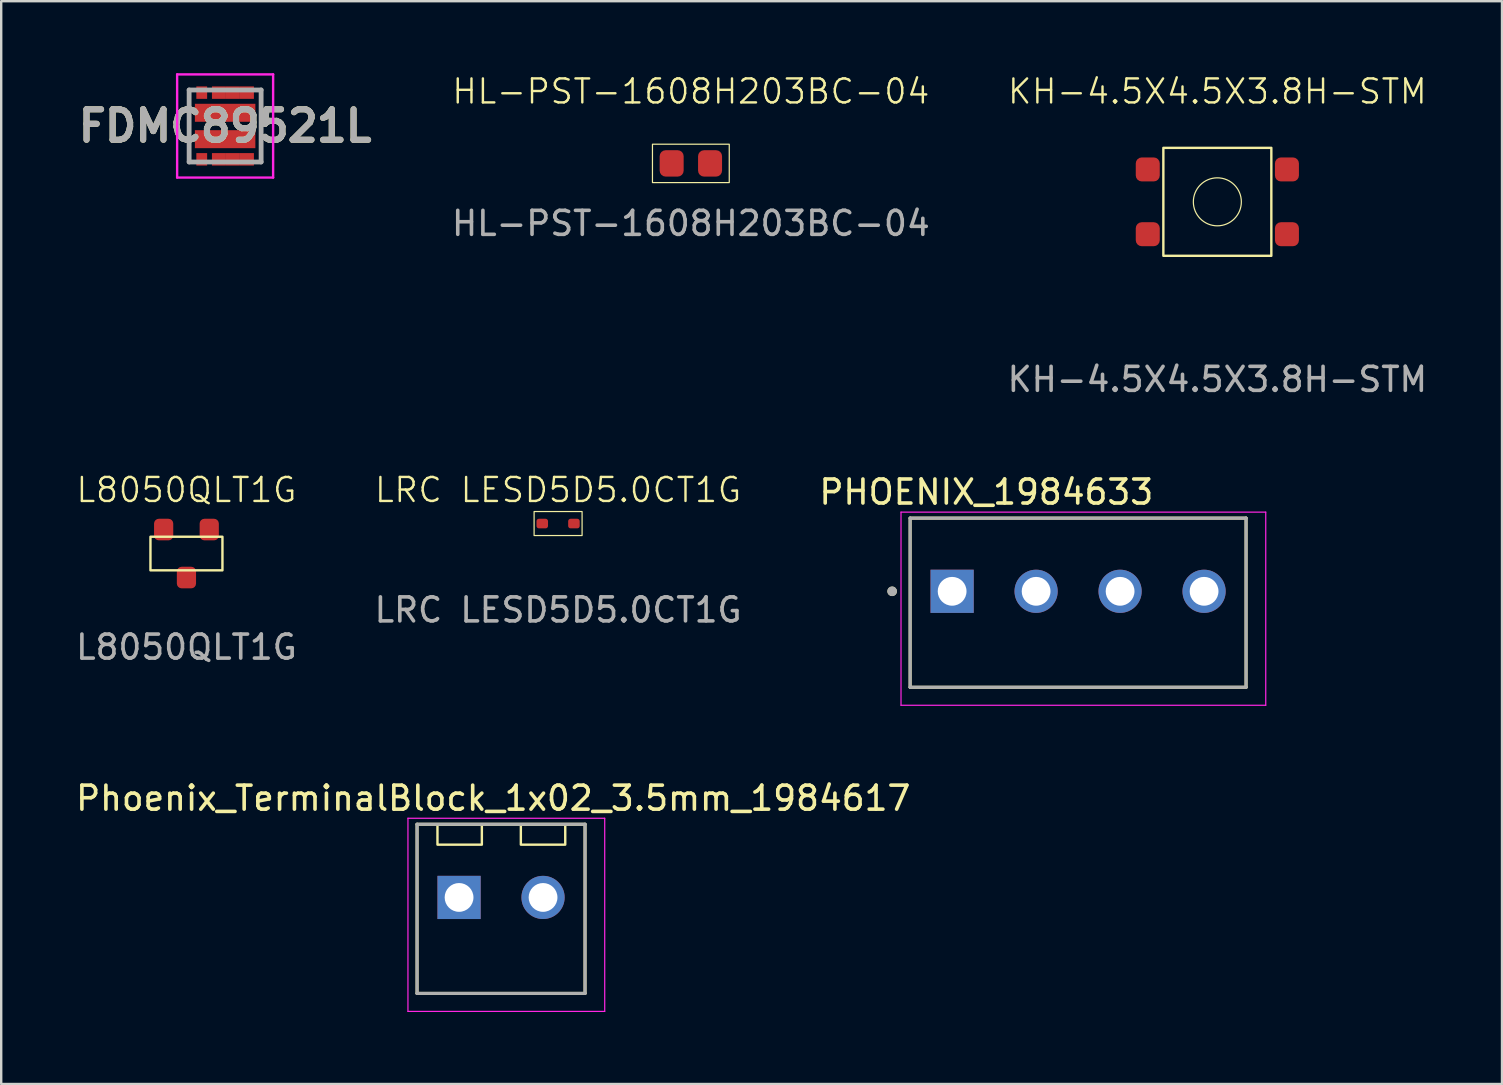
<source format=kicad_pcb>
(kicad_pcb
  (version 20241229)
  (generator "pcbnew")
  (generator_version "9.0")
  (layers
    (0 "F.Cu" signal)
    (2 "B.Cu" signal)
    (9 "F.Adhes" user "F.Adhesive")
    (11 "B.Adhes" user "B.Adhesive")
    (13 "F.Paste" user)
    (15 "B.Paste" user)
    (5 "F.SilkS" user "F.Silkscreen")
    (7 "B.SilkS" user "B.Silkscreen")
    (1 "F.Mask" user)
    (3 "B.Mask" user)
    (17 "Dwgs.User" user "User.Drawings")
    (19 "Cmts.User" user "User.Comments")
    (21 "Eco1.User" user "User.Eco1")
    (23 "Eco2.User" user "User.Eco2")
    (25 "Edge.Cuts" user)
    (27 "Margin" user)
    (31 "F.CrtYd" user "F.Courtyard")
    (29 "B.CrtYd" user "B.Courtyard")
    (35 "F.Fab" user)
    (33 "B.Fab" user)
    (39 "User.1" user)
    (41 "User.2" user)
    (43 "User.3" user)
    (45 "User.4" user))
  (footprint "FDMC89521L"
    (layer "F.Cu")
    (at 6.332 2.2)
    (property "Reference" "FDMC89521L" (at 0 0 0) (layer "F.SilkS") (effects (font (size 1.27 1.27) (thickness 0.254))))
    (attr smd)
    (fp_line (start -1.5 -1.5) (end -1.5 1.5) (stroke (width 0.1) (type solid)) (layer "F.SilkS"))
    (fp_line (start -1.5 1.5) (end -1.4 1.5) (stroke (width 0.1) (type solid)) (layer "F.SilkS"))
    (fp_line (start -1.4 -1.5) (end -1.5 -1.5) (stroke (width 0.1) (type solid)) (layer "F.SilkS"))
    (fp_line (start 1.4 -1.5) (end 1.5 -1.5) (stroke (width 0.1) (type solid)) (layer "F.SilkS"))
    (fp_line (start 1.5 -1.5) (end 1.5 1.5) (stroke (width 0.1) (type solid)) (layer "F.SilkS"))
    (fp_line (start 1.5 1.5) (end 1.4 1.5) (stroke (width 0.1) (type solid)) (layer "F.SilkS"))
    (fp_line (start -2 -2.15) (end 2 -2.15) (stroke (width 0.1) (type solid)) (layer "F.CrtYd"))
    (fp_line (start -2 2.15) (end -2 -2.15) (stroke (width 0.1) (type solid)) (layer "F.CrtYd"))
    (fp_line (start 2 -2.15) (end 2 2.15) (stroke (width 0.1) (type solid)) (layer "F.CrtYd"))
    (fp_line (start 2 2.15) (end -2 2.15) (stroke (width 0.1) (type solid)) (layer "F.CrtYd"))
    (fp_line (start -1.5 -1.5) (end 1.5 -1.5) (stroke (width 0.2) (type solid)) (layer "F.Fab"))
    (fp_line (start -1.5 1.5) (end -1.5 -1.5) (stroke (width 0.2) (type solid)) (layer "F.Fab"))
    (fp_line (start 1.5 -1.5) (end 1.5 1.5) (stroke (width 0.2) (type solid)) (layer "F.Fab"))
    (fp_line (start 1.5 1.5) (end -1.5 1.5) (stroke (width 0.2) (type solid)) (layer "F.Fab"))
    (fp_text user "${REFERENCE}" (at 0 0 0) (layer "F.Fab") (effects (font (size 1.27 1.27) (thickness 0.254))))
    (pad "1" smd rect (at -0.975 1.39) (size 0.45 0.52) (layers "F.Cu" "F.Mask" "F.Paste"))
    (pad "2" smd rect (at -0.258 1.39 90) (size 0.52 0.583) (layers "F.Cu" "F.Mask" "F.Paste"))
    (pad "3" smd rect (at 0.325 1.39 90) (size 0.52 0.583) (layers "F.Cu" "F.Mask" "F.Paste"))
    (pad "4" smd rect (at 0.908 1.39 90) (size 0.52 0.583) (layers "F.Cu" "F.Mask" "F.Paste"))
    (pad "5" smd rect (at 0.908 -1.39 90) (size 0.52 0.583) (layers "F.Cu" "F.Mask" "F.Paste"))
    (pad "6" smd rect (at 0.325 -1.39 90) (size 0.52 0.583) (layers "F.Cu" "F.Mask" "F.Paste"))
    (pad "7" smd rect (at -0.258 -1.39 90) (size 0.52 0.583) (layers "F.Cu" "F.Mask" "F.Paste"))
    (pad "8" smd rect (at -0.975 -1.39) (size 0.45 0.52) (layers "F.Cu" "F.Mask" "F.Paste"))
    (pad "9" smd rect (at 0 -0.55 90) (size 0.75 2.52) (layers "F.Cu" "F.Mask" "F.Paste"))
    (pad "10" smd rect (at 0 0.55 90) (size 0.75 2.52) (layers "F.Cu" "F.Mask" "F.Paste")))
  (footprint "Phoenix_TerminalBlock_1x02_3.5mm_1984617"
    (layer "F.Cu")
    (at 14.331 38.35)
    (property "Reference" "Phoenix_TerminalBlock_1x02_3.5mm_1984617" (at 3.175 -8.135 0) (layer "F.SilkS") (effects (font (size 1 1) (thickness 0.15))))
    (attr through_hole)
    (fp_line (start 0 -7.05) (end 0 0) (stroke (width 0.127) (type solid)) (layer "F.SilkS"))
    (fp_line (start 0 -7.05) (end 7 -7.05) (stroke (width 0.127) (type solid)) (layer "F.SilkS"))
    (fp_line (start 0 0) (end 7 0) (stroke (width 0.127) (type solid)) (layer "F.SilkS"))
    (fp_line (start 7 -7.05) (end 7 0) (stroke (width 0.127) (type solid)) (layer "F.SilkS"))
    (fp_rect (start 0.85 -7.05) (end 2.7 -6.2) (stroke (width 0.1) (type default)) (fill no) (layer "F.SilkS"))
    (fp_rect (start 4.325 -7.05) (end 6.175 -6.2) (stroke (width 0.1) (type default)) (fill no) (layer "F.SilkS"))
    (fp_line (start -0.38 -7.3) (end -0.38 0.75) (stroke (width 0.05) (type solid)) (layer "F.CrtYd"))
    (fp_line (start -0.38 0.75) (end 7.82 0.75) (stroke (width 0.05) (type solid)) (layer "F.CrtYd"))
    (fp_line (start 7.82 -7.3) (end -0.38 -7.3) (stroke (width 0.05) (type solid)) (layer "F.CrtYd"))
    (fp_line (start 7.82 0.75) (end 7.82 -7.3) (stroke (width 0.05) (type solid)) (layer "F.CrtYd"))
    (fp_line (start 0 -7.05) (end 0 0) (stroke (width 0.127) (type solid)) (layer "F.Fab"))
    (fp_line (start 0 -7.05) (end 7 -7.05) (stroke (width 0.127) (type solid)) (layer "F.Fab"))
    (fp_line (start 0 0) (end 7 0) (stroke (width 0.127) (type solid)) (layer "F.Fab"))
    (fp_line (start 7 -7.05) (end 7 0) (stroke (width 0.127) (type solid)) (layer "F.Fab"))
    (pad "1" thru_hole rect (at 1.75 -4) (size 1.8 1.8) (drill 1.2) (layers "*.Cu" "*.Mask"))
    (pad "2" thru_hole circle (at 5.25 -4) (size 1.8 1.8) (drill 1.2) (layers "*.Cu" "*.Mask")))
  (footprint "LRC LESD5D5.0CT1G"
    (layer "F.Cu")
    (at 20.208 18.769)
    (property "Reference" "LRC LESD5D5.0CT1G" (at 0 -1.4 0) (unlocked yes) (layer "F.SilkS") (effects (font (size 1 1) (thickness 0.1))))
    (attr smd)
    (fp_rect (start -1 -0.5) (end 1 0.5) (stroke (width 0.05) (type default)) (fill no) (layer "F.SilkS"))
    (fp_rect (start -1.1 -0.6) (end 1.1 0.6) (stroke (width 0.03) (type default)) (fill no) (layer "Margin"))
    (fp_text user "${REFERENCE}" (at 0 3.6 0) (unlocked yes) (layer "F.Fab") (effects (font (size 1 1) (thickness 0.15))))
    (pad "1" smd roundrect (at -0.66 0) (size 0.48 0.4) (layers "F.Cu" "F.Mask" "F.Paste") (roundrect_rratio 0.25))
    (pad "3" smd roundrect (at 0.66 0) (size 0.48 0.4) (layers "F.Cu" "F.Mask" "F.Paste") (roundrect_rratio 0.25)))
  (footprint "HL-PST-1608H203BC-04"
    (layer "F.Cu")
    (at 25.741 3.76)
    (property "Reference" "HL-PST-1608H203BC-04" (at 0 -3 0) (unlocked yes) (layer "F.SilkS") (effects (font (size 1 1) (thickness 0.1))))
    (attr smd)
    (fp_rect (start -1.6 -0.8) (end 1.6 0.8) (stroke (width 0.05) (type default)) (fill no) (layer "F.SilkS"))
    (fp_rect (start -1.8 -1) (end 1.8 1) (stroke (width 0.05) (type default)) (fill no) (layer "Margin"))
    (fp_text user "${REFERENCE}" (at 0 2.5 0) (unlocked yes) (layer "F.Fab") (effects (font (size 1 1) (thickness 0.15))))
    (pad "1" smd roundrect (at -0.8 0) (size 1 1.1) (layers "F.Cu" "F.Mask" "F.Paste") (roundrect_rratio 0.25))
    (pad "2" smd roundrect (at 0.8 0) (size 1 1.1) (layers "F.Cu" "F.Mask" "F.Paste") (roundrect_rratio 0.25)))
  (footprint "L8050QLT1G"
    (layer "F.Cu")
    (at 4.72 20.019)
    (property "Reference" "L8050QLT1G" (at 0 -2.65 0) (unlocked yes) (layer "F.SilkS") (effects (font (size 1 1) (thickness 0.1))))
    (attr smd)
    (fp_rect (start -1.5 -0.7) (end 1.5 0.7) (stroke (width 0.1) (type default)) (fill no) (layer "F.SilkS"))
    (fp_rect (start -1.75 -1.75) (end 1.75 1.75) (stroke (width 0.05) (type default)) (fill no) (layer "Margin"))
    (fp_text user "${REFERENCE}" (at 0 3.9 0) (unlocked yes) (layer "F.Fab") (effects (font (size 1 1) (thickness 0.15))))
    (pad "1" smd roundrect (at 0 1) (size 0.8 0.9) (layers "F.Cu" "F.Mask" "F.Paste") (roundrect_rratio 0.25))
    (pad "2" smd roundrect (at -0.95 -1) (size 0.8 0.9) (layers "F.Cu" "F.Mask" "F.Paste") (roundrect_rratio 0.25))
    (pad "3" smd roundrect (at 0.95 -1) (size 0.8 0.9) (layers "F.Cu" "F.Mask" "F.Paste") (roundrect_rratio 0.25)))
  (footprint "PHOENIX_1984633"
    (layer "F.Cu")
    (at 34.879 25.592)
    (property "Reference" "PHOENIX_1984633" (at 3.175 -8.135 0) (layer "F.SilkS") (effects (font (size 1 1) (thickness 0.15))))
    (attr through_hole)
    (fp_line (start 0 -7.05) (end 0 0) (stroke (width 0.127) (type solid)) (layer "F.SilkS"))
    (fp_line (start 0 -7.05) (end 14 -7.05) (stroke (width 0.127) (type solid)) (layer "F.SilkS"))
    (fp_line (start 0 0) (end 14 0) (stroke (width 0.127) (type solid)) (layer "F.SilkS"))
    (fp_line (start 14 -7.05) (end 14 0) (stroke (width 0.127) (type solid)) (layer "F.SilkS"))
    (fp_circle (center -0.75 -4) (end -0.65 -4) (stroke (width 0.2) (type solid)) (fill no) (layer "F.SilkS"))
    (fp_line (start -0.38 -7.3) (end -0.38 0.75) (stroke (width 0.05) (type solid)) (layer "F.CrtYd"))
    (fp_line (start -0.38 0.75) (end 14.82 0.75) (stroke (width 0.05) (type solid)) (layer "F.CrtYd"))
    (fp_line (start 14.82 -7.3) (end -0.38 -7.3) (stroke (width 0.05) (type solid)) (layer "F.CrtYd"))
    (fp_line (start 14.82 0.75) (end 14.82 -7.3) (stroke (width 0.05) (type solid)) (layer "F.CrtYd"))
    (fp_line (start 0 -7.05) (end 0 0) (stroke (width 0.127) (type solid)) (layer "F.Fab"))
    (fp_line (start 0 -7.05) (end 14 -7.05) (stroke (width 0.127) (type solid)) (layer "F.Fab"))
    (fp_line (start 0 0) (end 14 0) (stroke (width 0.127) (type solid)) (layer "F.Fab"))
    (fp_line (start 14 -7.05) (end 14 0) (stroke (width 0.127) (type solid)) (layer "F.Fab"))
    (fp_circle (center -0.75 -4) (end -0.65 -4) (stroke (width 0.2) (type solid)) (fill no) (layer "F.Fab"))
    (pad "1" thru_hole rect (at 1.75 -4) (size 1.8 1.8) (drill 1.2) (layers "*.Cu" "*.Mask"))
    (pad "2" thru_hole circle (at 5.25 -4) (size 1.8 1.8) (drill 1.2) (layers "*.Cu" "*.Mask"))
    (pad "3" thru_hole circle (at 8.75 -4) (size 1.8 1.8) (drill 1.2) (layers "*.Cu" "*.Mask"))
    (pad "4" thru_hole circle (at 12.25 -4) (size 1.8 1.8) (drill 1.2) (layers "*.Cu" "*.Mask")))
  (footprint "KH-4.5X4.5X3.8H-STM"
    (layer "F.Cu")
    (at 47.682 5.361)
    (property "Reference" "KH-4.5X4.5X3.8H-STM" (at 0 -4.6 0) (unlocked yes) (layer "F.SilkS") (effects (font (size 1 1) (thickness 0.1))))
    (attr smd)
    (fp_rect (start -2.25 -2.25) (end 2.25 2.25) (stroke (width 0.1) (type default)) (fill no) (layer "F.SilkS"))
    (fp_circle (center 0 0) (end 1 0) (stroke (width 0.05) (type default)) (fill no) (layer "F.SilkS"))
    (fp_rect (start -3.75 -2.75) (end 3.75 2.75) (stroke (width 0.05) (type default)) (fill no) (layer "Margin"))
    (fp_text user "${REFERENCE}" (at 0 7.4 0) (unlocked yes) (layer "F.Fab") (effects (font (size 1 1) (thickness 0.15))))
    (pad "1" smd roundrect (at 2.9 1.35) (size 1 1) (layers "F.Cu" "F.Mask" "F.Paste") (roundrect_rratio 0.25))
    (pad "2" smd roundrect (at 2.9 -1.35) (size 1 1) (layers "F.Cu" "F.Mask" "F.Paste") (roundrect_rratio 0.25))
    (pad "3" smd roundrect (at -2.9 -1.35) (size 1 1) (layers "F.Cu" "F.Mask" "F.Paste") (roundrect_rratio 0.25))
    (pad "4" smd roundrect (at -2.9 1.35) (size 1 1) (layers "F.Cu" "F.Mask" "F.Paste") (roundrect_rratio 0.25)))
  (gr_rect
    (start -3 -3)
    (end 59.545 42.125)
    (stroke (width 0.1) (type default))
    (fill no)
    (layer "Edge.Cuts")))
</source>
